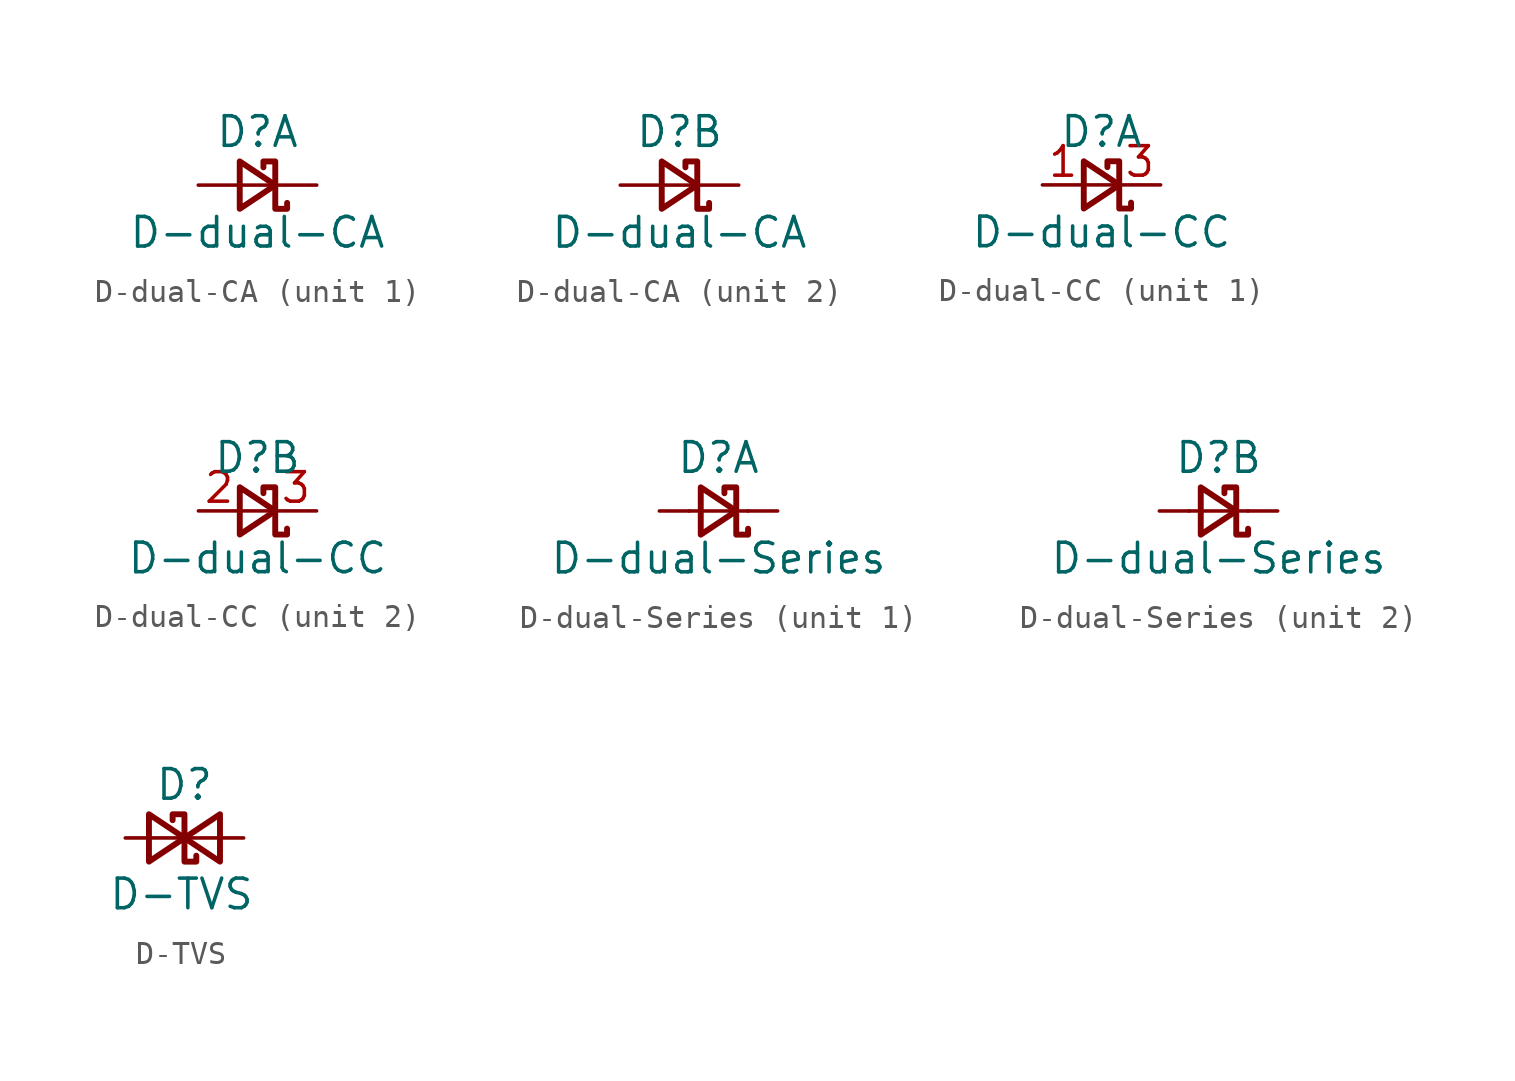
<source format=kicad_sym>
(kicad_symbol_lib
  (version 20231120)
  (generator "kicad_symbol_editor")
  (generator_version "8.0")
  (symbol "D-dual-CA"
    (pin_numbers hide)
    (pin_names hide)
    (property "Reference" "D"
      (at 0 2.286 0)
      (effects (font (size 1.27 1.27))))
    (property "Value" "D-dual-CA"
      (at 0 -2.032 0)
      (effects (font (size 1.27 1.27))))
    (symbol "D-dual-CA_0_1"
      (polyline (pts (xy 0.762 0) (xy -0.762 0)) (stroke (width 0) (type default)) (fill (type none)))
      (polyline (pts (xy -0.762 1.016) (xy 0.762 0) (xy -0.762 -1.016) (xy -0.762 1.016)) (stroke (width 0.254) (type default)) (fill (type none)))
      (polyline (pts (xy 1.27 -0.762) (xy 1.27 -1.016) (xy 0.762 -1.016) (xy 0.762 1.016) (xy 0.254 1.016) (xy 0.254 0.762)) (stroke (width 0.254) (type default)) (fill (type none)))
      (pin passive line (at -2.54 0 0) (length 1.778) (name "A" (effects (font (size 1.27 1.27)))) (number "3" (effects (font (size 1.27 1.27))))))
    (symbol "D-dual-CA_1_1"
      (pin passive line (at 2.54 0 180) (length 1.778) (name "K" (effects (font (size 1.27 1.27)))) (number "1" (effects (font (size 1.27 1.27))))))
    (symbol "D-dual-CA_2_1"
      (pin passive line (at 2.54 0 180) (length 1.778) (name "K" (effects (font (size 1.27 1.27)))) (number "2" (effects (font (size 1.27 1.27)))))))
  (symbol "D-dual-CC"
    (pin_names hide)
    (property "Reference" "D"
      (at 0 2.286 0)
      (effects (font (size 1.27 1.27))))
    (property "Value" "D-dual-CC"
      (at 0 -2.032 0)
      (effects (font (size 1.27 1.27))))
    (symbol "D-dual-CC_0_1"
      (polyline (pts (xy 0.762 0) (xy -0.762 0)) (stroke (width 0) (type default)) (fill (type none)))
      (polyline (pts (xy -0.762 1.016) (xy 0.762 0) (xy -0.762 -1.016) (xy -0.762 1.016)) (stroke (width 0.254) (type default)) (fill (type none)))
      (polyline (pts (xy 1.27 -0.762) (xy 1.27 -1.016) (xy 0.762 -1.016) (xy 0.762 1.016) (xy 0.254 1.016) (xy 0.254 0.762)) (stroke (width 0.254) (type default)) (fill (type none)))
      (pin passive line (at 2.54 0 180) (length 1.778) (name "K" (effects (font (size 1.27 1.27)))) (number "3" (effects (font (size 1.27 1.27))))))
    (symbol "D-dual-CC_1_1"
      (pin passive line (at -2.54 0 0) (length 1.778) (name "K" (effects (font (size 1.27 1.27)))) (number "1" (effects (font (size 1.27 1.27))))))
    (symbol "D-dual-CC_2_1"
      (pin passive line (at -2.54 0 0) (length 1.778) (name "K" (effects (font (size 1.27 1.27)))) (number "2" (effects (font (size 1.27 1.27)))))))
  (symbol "D-dual-Series"
    (pin_numbers hide)
    (pin_names hide)
    (property "Reference" "D"
      (at 0 2.286 0)
      (effects (font (size 1.27 1.27))))
    (property "Value" "D-dual-Series"
      (at 0 -2.032 0)
      (effects (font (size 1.27 1.27))))
    (property "ki_locked" ""
      (at 0 0 0)
      (effects (font (size 1.27 1.27))))
    (symbol "D-dual-Series_0_1"
      (polyline (pts (xy -0.762 1.016) (xy 0.762 0) (xy -0.762 -1.016) (xy -0.762 1.016)) (stroke (width 0.254) (type default)) (fill (type none)))
      (polyline (pts (xy 1.27 -0.762) (xy 1.27 -1.016) (xy 0.762 -1.016) (xy 0.762 1.016) (xy 0.254 1.016) (xy 0.254 0.762)) (stroke (width 0.254) (type default)) (fill (type none))))
    (symbol "D-dual-Series_1_1"
      (polyline (pts (xy 1.27 0) (xy -1.27 0)) (stroke (width 0) (type default)) (fill (type none)))
      (pin passive line (at -2.54 0 0) (length 1.27) (name "A" (effects (font (size 1.27 1.27)))) (number "1" (effects (font (size 1.27 1.27)))))
      (pin passive line (at 2.54 0 180) (length 1.27) (name "KA" (effects (font (size 1.27 1.27)))) (number "3" (effects (font (size 1.27 1.27))))))
    (symbol "D-dual-Series_2_1"
      (polyline (pts (xy 1.27 0) (xy -1.27 0)) (stroke (width 0) (type default)) (fill (type none)))
      (pin passive line (at 2.54 0 180) (length 1.27) (name "K" (effects (font (size 1.27 1.27)))) (number "2" (effects (font (size 1.27 1.27)))))
      (pin passive line (at -2.54 0 0) (length 1.27) (name "K" (effects (font (size 1.27 1.27)))) (number "3" (effects (font (size 1.27 1.27)))))))
  (symbol "D-TVS"
    (pin_numbers hide)
    (pin_names hide)
    (property "Reference" "D"
      (at 0 2.286 0)
      (effects (font (size 1.27 1.27))))
    (property "Value" "D-TVS"
      (at -0.127 -2.413 0)
      (effects (font (size 1.27 1.27))))
    (symbol "D-TVS_0_1"
      (polyline (pts (xy -1.524 -1.016) (xy 0 0) (xy -1.524 1.016) (xy -1.524 -1.016)) (stroke (width 0.254) (type default)) (fill (type none)))
      (polyline (pts (xy 1.524 -1.016) (xy 0 0) (xy 1.524 1.016) (xy 1.524 -1.016)) (stroke (width 0.254) (type default)) (fill (type none)))
      (polyline (pts (xy -0.508 0.762) (xy -0.508 1.016) (xy 0 1.016) (xy 0 -1.016) (xy 0.508 -1.016) (xy 0.508 -0.762)) (stroke (width 0.254) (type default)) (fill (type none))))
    (symbol "D-TVS_1_1"
      (pin passive line (at -2.54 0 0) (length 2.54) (name "" (effects (font (size 1.27 1.27)))) (number "1" (effects (font (size 1.27 1.27)))))
      (pin passive line (at 2.54 0 180) (length 2.54) (name "" (effects (font (size 1.27 1.27)))) (number "2" (effects (font (size 1.27 1.27))))))))
</source>
